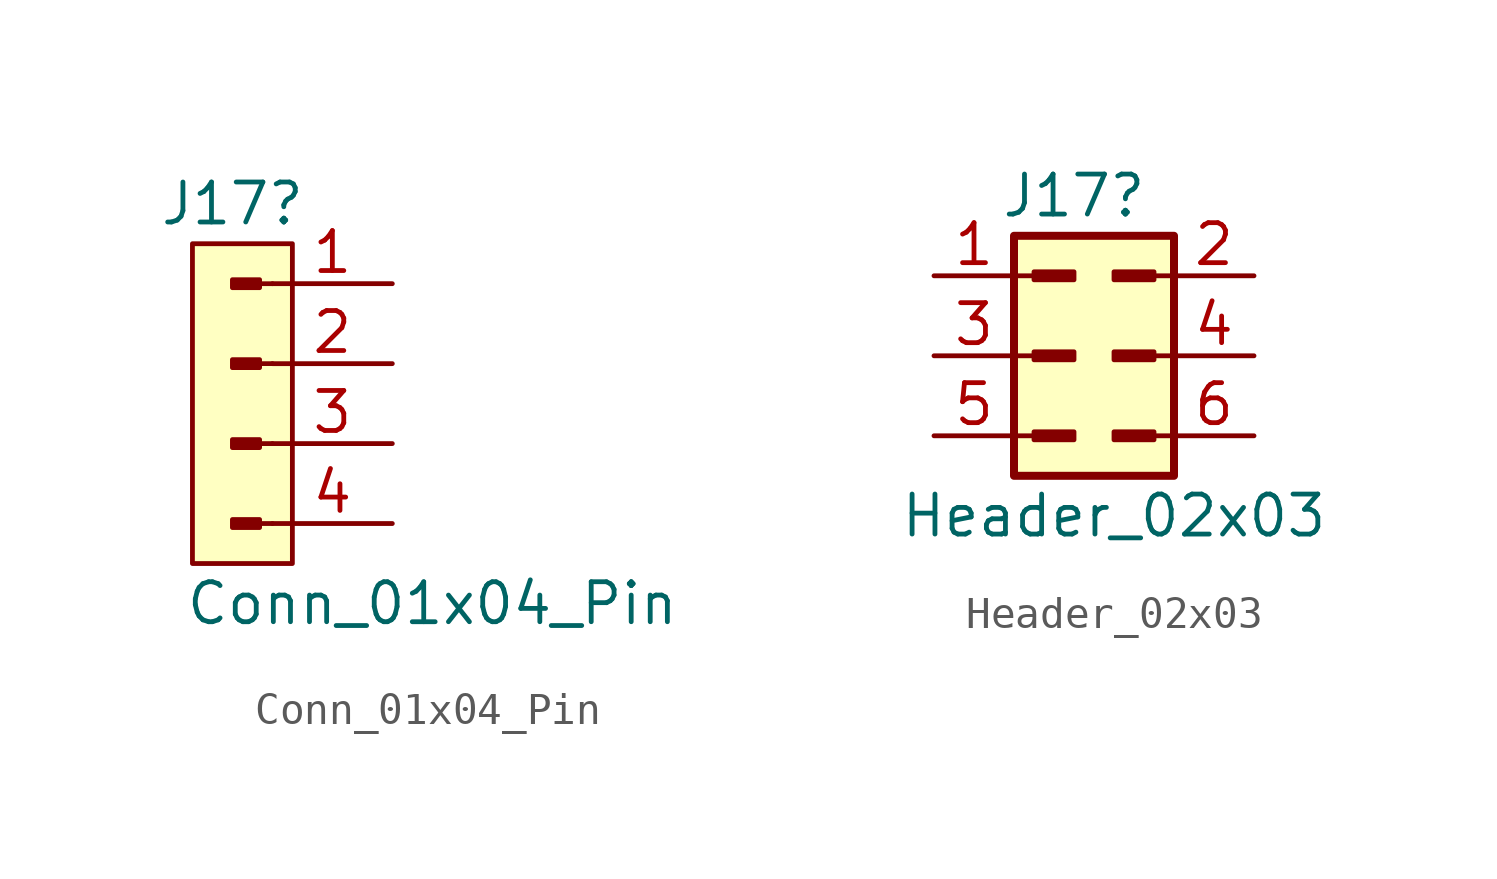
<source format=kicad_sym>
(kicad_symbol_lib
  (version 20220914)
  (generator kicad_symbol_editor)
  (symbol "Conn_01x04_Pin"
    (pin_names
      (offset 1.016) hide)
    (property "Reference" "J17"
      (at 0 5.08 0)
      (effects (font (size 1.27 1.27))))
    (property "Value" "Conn_01x04_Pin"
      (at 6.35 -7.62 0)
      (effects (font (size 1.27 1.27))))
    (property "ki_locked" ""
      (at 0 0 0)
      (effects (font (size 1.27 1.27))))
    (symbol "Conn_01x04_Pin_1_1"
      (rectangle (start -1.27 3.81) (end 1.905 -6.35) (stroke (width 0) (type default)) (fill (type background)))
      (rectangle (start 0 -4.953) (end 0.864 -5.207) (stroke (width 0.152) (type default)) (fill (type outline)))
      (polyline (pts (xy 1.27 -5.08) (xy 0.864 -5.08)) (stroke (width 0.152) (type default)) (fill (type none)))
      (polyline (pts (xy 1.27 -2.54) (xy 0.864 -2.54)) (stroke (width 0.152) (type default)) (fill (type none)))
      (polyline (pts (xy 1.27 0) (xy 0.864 0)) (stroke (width 0.152) (type default)) (fill (type none)))
      (polyline (pts (xy 1.27 2.54) (xy 0.864 2.54)) (stroke (width 0.152) (type default)) (fill (type none)))
      (rectangle (start 0.864 -2.413) (end 0 -2.667) (stroke (width 0.152) (type default)) (fill (type outline)))
      (rectangle (start 0.864 0.127) (end 0 -0.127) (stroke (width 0.152) (type default)) (fill (type outline)))
      (rectangle (start 0.864 2.667) (end 0 2.413) (stroke (width 0.152) (type default)) (fill (type outline)))
      (pin passive line (at 5.08 2.54 180) (length 3.81) (name "Pin_1" (effects (font (size 1.27 1.27)))) (number "1" (effects (font (size 1.27 1.27)))))
      (pin passive line (at 5.08 0 180) (length 3.81) (name "Pin_2" (effects (font (size 1.27 1.27)))) (number "2" (effects (font (size 1.27 1.27)))))
      (pin passive line (at 5.08 -2.54 180) (length 3.81) (name "Pin_3" (effects (font (size 1.27 1.27)))) (number "3" (effects (font (size 1.27 1.27)))))
      (pin passive line (at 5.08 -5.08 180) (length 3.81) (name "Pin_4" (effects (font (size 1.27 1.27)))) (number "4" (effects (font (size 1.27 1.27)))))))
  (symbol "Header_02x03"
    (pin_names
      (offset 1.016) hide)
    (property "Reference" "J17"
      (at 0.635 5.08 0)
      (effects (font (size 1.27 1.27))))
    (property "Value" "Header_02x03"
      (at 1.905 -5.08 0)
      (effects (font (size 1.27 1.27))))
    (symbol "Header_02x03_1_1"
      (rectangle (start -1.27 3.81) (end 3.81 -3.81) (stroke (width 0.254) (type default)) (fill (type background)))
      (rectangle (start -0.635 -2.413) (end 0.635 -2.667) (stroke (width 0.152) (type default)) (fill (type outline)))
      (rectangle (start -0.635 0.127) (end 0.635 -0.127) (stroke (width 0.152) (type default)) (fill (type outline)))
      (rectangle (start -0.635 2.667) (end 0.635 2.413) (stroke (width 0.152) (type default)) (fill (type outline)))
      (polyline (pts (xy -0.508 -2.54) (xy -1.27 -2.54)) (stroke (width 0) (type default)) (fill (type none)))
      (polyline (pts (xy -0.508 0) (xy -1.27 0)) (stroke (width 0) (type default)) (fill (type none)))
      (polyline (pts (xy -0.508 2.54) (xy -1.27 2.54)) (stroke (width 0) (type default)) (fill (type none)))
      (polyline (pts (xy 3.048 -2.54) (xy 3.81 -2.54)) (stroke (width 0) (type default)) (fill (type none)))
      (polyline (pts (xy 3.175 0) (xy 3.81 0)) (stroke (width 0) (type default)) (fill (type none)))
      (polyline (pts (xy 3.175 2.54) (xy 3.81 2.54)) (stroke (width 0) (type default)) (fill (type none)))
      (rectangle (start 1.905 -2.413) (end 3.175 -2.667) (stroke (width 0.152) (type default)) (fill (type outline)))
      (rectangle (start 1.905 0.127) (end 3.175 -0.127) (stroke (width 0.152) (type default)) (fill (type outline)))
      (rectangle (start 1.905 2.667) (end 3.175 2.413) (stroke (width 0.152) (type default)) (fill (type outline)))
      (pin passive line (at -3.81 2.54 0) (length 2.54) (name "Pin_1" (effects (font (size 1.27 1.27)))) (number "1" (effects (font (size 1.27 1.27)))))
      (pin passive line (at 6.35 2.54 180) (length 2.54) (name "Pin_2" (effects (font (size 1.27 1.27)))) (number "2" (effects (font (size 1.27 1.27)))))
      (pin passive line (at -3.81 0 0) (length 2.54) (name "Pin_3" (effects (font (size 1.27 1.27)))) (number "3" (effects (font (size 1.27 1.27)))))
      (pin passive line (at 6.35 0 180) (length 2.54) (name "Pin_4" (effects (font (size 1.27 1.27)))) (number "4" (effects (font (size 1.27 1.27)))))
      (pin passive line (at -3.81 -2.54 0) (length 2.54) (name "Pin_5" (effects (font (size 1.27 1.27)))) (number "5" (effects (font (size 1.27 1.27)))))
      (pin passive line (at 6.35 -2.54 180) (length 2.54) (name "Pin_6" (effects (font (size 1.27 1.27)))) (number "6" (effects (font (size 1.27 1.27))))))))
</source>
